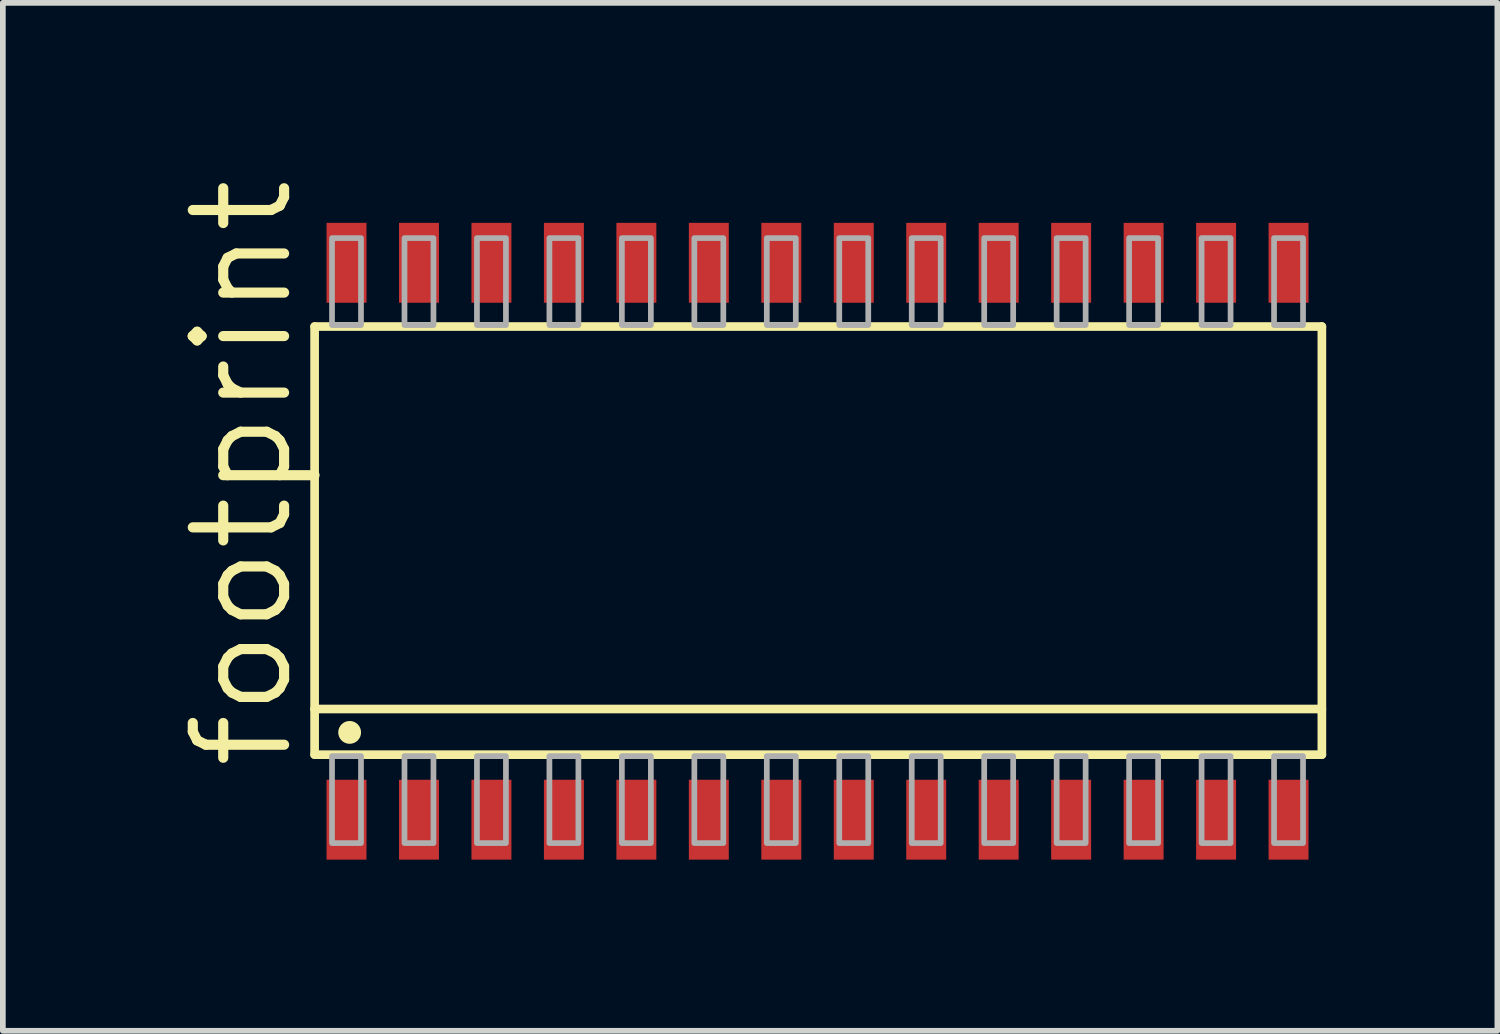
<source format=kicad_pcb>
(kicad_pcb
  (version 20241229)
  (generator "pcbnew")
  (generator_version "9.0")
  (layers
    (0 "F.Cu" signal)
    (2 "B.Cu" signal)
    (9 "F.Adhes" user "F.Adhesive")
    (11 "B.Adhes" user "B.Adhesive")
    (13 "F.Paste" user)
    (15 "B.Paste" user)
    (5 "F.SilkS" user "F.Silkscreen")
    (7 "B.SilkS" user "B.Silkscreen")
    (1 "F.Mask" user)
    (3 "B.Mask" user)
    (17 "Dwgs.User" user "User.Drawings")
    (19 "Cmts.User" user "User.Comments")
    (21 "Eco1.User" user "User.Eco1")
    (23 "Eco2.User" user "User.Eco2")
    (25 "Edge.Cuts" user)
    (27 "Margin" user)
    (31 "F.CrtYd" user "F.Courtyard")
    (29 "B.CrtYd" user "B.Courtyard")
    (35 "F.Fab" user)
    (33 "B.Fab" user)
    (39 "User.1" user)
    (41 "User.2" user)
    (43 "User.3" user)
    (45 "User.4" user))
  (footprint "footprint"
    (layer "F.Cu")
    (at 11.278 6.436)
    (property "Reference" "footprint" (at -9.144 4.064 90) (layer "F.SilkS") (effects (font (size 1.6 1.6) (thickness 0.178)) (justify left bottom)))
    (fp_line (start -8.814 -3.763) (end -8.814 2.94) (stroke (width 0.152) (type solid)) (layer "F.SilkS"))
    (fp_line (start -8.814 2.94) (end -8.814 3.74) (stroke (width 0.152) (type solid)) (layer "F.SilkS"))
    (fp_line (start -8.814 2.94) (end 8.839 2.94) (stroke (width 0.152) (type solid)) (layer "F.SilkS"))
    (fp_line (start -8.814 3.74) (end 8.839 3.74) (stroke (width 0.152) (type solid)) (layer "F.SilkS"))
    (fp_line (start 8.839 -3.763) (end -8.814 -3.763) (stroke (width 0.152) (type solid)) (layer "F.SilkS"))
    (fp_line (start 8.839 3.74) (end 8.839 -3.763) (stroke (width 0.152) (type solid)) (layer "F.SilkS"))
    (fp_circle (center -8.2 3.35) (end -8.1 3.35) (stroke (width 0.2) (type solid)) (fill yes) (layer "F.SilkS"))
    (fp_poly (pts (xy -8.509 -3.789) (xy -8.001 -3.789) (xy -8.001 -5.313) (xy -8.509 -5.313)) (stroke (width 0.1) (type solid)) (fill no) (layer "F.Fab"))
    (fp_poly (pts (xy -8.509 5.29) (xy -8.001 5.29) (xy -8.001 3.766) (xy -8.509 3.766)) (stroke (width 0.1) (type solid)) (fill no) (layer "F.Fab"))
    (fp_poly (pts (xy -7.239 -3.789) (xy -6.731 -3.789) (xy -6.731 -5.313) (xy -7.239 -5.313)) (stroke (width 0.1) (type solid)) (fill no) (layer "F.Fab"))
    (fp_poly (pts (xy -7.239 5.29) (xy -6.731 5.29) (xy -6.731 3.766) (xy -7.239 3.766)) (stroke (width 0.1) (type solid)) (fill no) (layer "F.Fab"))
    (fp_poly (pts (xy -5.969 -3.789) (xy -5.461 -3.789) (xy -5.461 -5.313) (xy -5.969 -5.313)) (stroke (width 0.1) (type solid)) (fill no) (layer "F.Fab"))
    (fp_poly (pts (xy -5.969 5.29) (xy -5.461 5.29) (xy -5.461 3.766) (xy -5.969 3.766)) (stroke (width 0.1) (type solid)) (fill no) (layer "F.Fab"))
    (fp_poly (pts (xy -4.699 -3.789) (xy -4.191 -3.789) (xy -4.191 -5.313) (xy -4.699 -5.313)) (stroke (width 0.1) (type solid)) (fill no) (layer "F.Fab"))
    (fp_poly (pts (xy -4.699 5.29) (xy -4.191 5.29) (xy -4.191 3.766) (xy -4.699 3.766)) (stroke (width 0.1) (type solid)) (fill no) (layer "F.Fab"))
    (fp_poly (pts (xy -3.429 -3.789) (xy -2.921 -3.789) (xy -2.921 -5.313) (xy -3.429 -5.313)) (stroke (width 0.1) (type solid)) (fill no) (layer "F.Fab"))
    (fp_poly (pts (xy -3.429 5.29) (xy -2.921 5.29) (xy -2.921 3.766) (xy -3.429 3.766)) (stroke (width 0.1) (type solid)) (fill no) (layer "F.Fab"))
    (fp_poly (pts (xy -2.159 -3.789) (xy -1.651 -3.789) (xy -1.651 -5.313) (xy -2.159 -5.313)) (stroke (width 0.1) (type solid)) (fill no) (layer "F.Fab"))
    (fp_poly (pts (xy -2.159 5.29) (xy -1.651 5.29) (xy -1.651 3.766) (xy -2.159 3.766)) (stroke (width 0.1) (type solid)) (fill no) (layer "F.Fab"))
    (fp_poly (pts (xy -0.889 -3.789) (xy -0.381 -3.789) (xy -0.381 -5.313) (xy -0.889 -5.313)) (stroke (width 0.1) (type solid)) (fill no) (layer "F.Fab"))
    (fp_poly (pts (xy -0.889 5.29) (xy -0.381 5.29) (xy -0.381 3.766) (xy -0.889 3.766)) (stroke (width 0.1) (type solid)) (fill no) (layer "F.Fab"))
    (fp_poly (pts (xy 0.381 -3.789) (xy 0.889 -3.789) (xy 0.889 -5.313) (xy 0.381 -5.313)) (stroke (width 0.1) (type solid)) (fill no) (layer "F.Fab"))
    (fp_poly (pts (xy 0.381 5.29) (xy 0.889 5.29) (xy 0.889 3.766) (xy 0.381 3.766)) (stroke (width 0.1) (type solid)) (fill no) (layer "F.Fab"))
    (fp_poly (pts (xy 1.651 -3.789) (xy 2.159 -3.789) (xy 2.159 -5.313) (xy 1.651 -5.313)) (stroke (width 0.1) (type solid)) (fill no) (layer "F.Fab"))
    (fp_poly (pts (xy 1.651 5.29) (xy 2.159 5.29) (xy 2.159 3.766) (xy 1.651 3.766)) (stroke (width 0.1) (type solid)) (fill no) (layer "F.Fab"))
    (fp_poly (pts (xy 2.921 -3.789) (xy 3.429 -3.789) (xy 3.429 -5.313) (xy 2.921 -5.313)) (stroke (width 0.1) (type solid)) (fill no) (layer "F.Fab"))
    (fp_poly (pts (xy 2.921 5.29) (xy 3.429 5.29) (xy 3.429 3.766) (xy 2.921 3.766)) (stroke (width 0.1) (type solid)) (fill no) (layer "F.Fab"))
    (fp_poly (pts (xy 4.191 -3.789) (xy 4.699 -3.789) (xy 4.699 -5.313) (xy 4.191 -5.313)) (stroke (width 0.1) (type solid)) (fill no) (layer "F.Fab"))
    (fp_poly (pts (xy 4.191 5.29) (xy 4.699 5.29) (xy 4.699 3.766) (xy 4.191 3.766)) (stroke (width 0.1) (type solid)) (fill no) (layer "F.Fab"))
    (fp_poly (pts (xy 5.461 -3.789) (xy 5.969 -3.789) (xy 5.969 -5.313) (xy 5.461 -5.313)) (stroke (width 0.1) (type solid)) (fill no) (layer "F.Fab"))
    (fp_poly (pts (xy 5.461 5.29) (xy 5.969 5.29) (xy 5.969 3.766) (xy 5.461 3.766)) (stroke (width 0.1) (type solid)) (fill no) (layer "F.Fab"))
    (fp_poly (pts (xy 6.731 -3.789) (xy 7.239 -3.789) (xy 7.239 -5.313) (xy 6.731 -5.313)) (stroke (width 0.1) (type solid)) (fill no) (layer "F.Fab"))
    (fp_poly (pts (xy 6.731 5.29) (xy 7.239 5.29) (xy 7.239 3.766) (xy 6.731 3.766)) (stroke (width 0.1) (type solid)) (fill no) (layer "F.Fab"))
    (fp_poly (pts (xy 8.001 -3.789) (xy 8.509 -3.789) (xy 8.509 -5.313) (xy 8.001 -5.313)) (stroke (width 0.1) (type solid)) (fill no) (layer "F.Fab"))
    (fp_poly (pts (xy 8.001 5.29) (xy 8.509 5.29) (xy 8.509 3.766) (xy 8.001 3.766)) (stroke (width 0.1) (type solid)) (fill no) (layer "F.Fab"))
    (pad "1" smd rect (at -8.255 4.88) (size 0.7 1.4) (layers "F.Cu" "F.Mask" "F.Paste"))
    (pad "2" smd rect (at -6.985 4.88) (size 0.7 1.4) (layers "F.Cu" "F.Mask" "F.Paste"))
    (pad "3" smd rect (at -5.715 4.88) (size 0.7 1.4) (layers "F.Cu" "F.Mask" "F.Paste"))
    (pad "4" smd rect (at -4.445 4.88) (size 0.7 1.4) (layers "F.Cu" "F.Mask" "F.Paste"))
    (pad "5" smd rect (at -3.175 4.88) (size 0.7 1.4) (layers "F.Cu" "F.Mask" "F.Paste"))
    (pad "6" smd rect (at -1.905 4.88) (size 0.7 1.4) (layers "F.Cu" "F.Mask" "F.Paste"))
    (pad "7" smd rect (at -0.635 4.88) (size 0.7 1.4) (layers "F.Cu" "F.Mask" "F.Paste"))
    (pad "8" smd rect (at 0.635 4.88) (size 0.7 1.4) (layers "F.Cu" "F.Mask" "F.Paste"))
    (pad "9" smd rect (at 1.905 4.88) (size 0.7 1.4) (layers "F.Cu" "F.Mask" "F.Paste"))
    (pad "10" smd rect (at 3.175 4.88) (size 0.7 1.4) (layers "F.Cu" "F.Mask" "F.Paste"))
    (pad "11" smd rect (at 4.445 4.88) (size 0.7 1.4) (layers "F.Cu" "F.Mask" "F.Paste"))
    (pad "12" smd rect (at 5.715 4.88) (size 0.7 1.4) (layers "F.Cu" "F.Mask" "F.Paste"))
    (pad "13" smd rect (at 6.985 4.88) (size 0.7 1.4) (layers "F.Cu" "F.Mask" "F.Paste"))
    (pad "14" smd rect (at 8.255 4.88) (size 0.7 1.4) (layers "F.Cu" "F.Mask" "F.Paste"))
    (pad "15" smd rect (at 8.255 -4.88) (size 0.7 1.4) (layers "F.Cu" "F.Mask" "F.Paste"))
    (pad "16" smd rect (at 6.985 -4.88) (size 0.7 1.4) (layers "F.Cu" "F.Mask" "F.Paste"))
    (pad "17" smd rect (at 5.715 -4.88) (size 0.7 1.4) (layers "F.Cu" "F.Mask" "F.Paste"))
    (pad "18" smd rect (at 4.445 -4.88) (size 0.7 1.4) (layers "F.Cu" "F.Mask" "F.Paste"))
    (pad "19" smd rect (at 3.175 -4.88) (size 0.7 1.4) (layers "F.Cu" "F.Mask" "F.Paste"))
    (pad "20" smd rect (at 1.905 -4.88) (size 0.7 1.4) (layers "F.Cu" "F.Mask" "F.Paste"))
    (pad "21" smd rect (at 0.635 -4.88) (size 0.7 1.4) (layers "F.Cu" "F.Mask" "F.Paste"))
    (pad "22" smd rect (at -0.635 -4.88) (size 0.7 1.4) (layers "F.Cu" "F.Mask" "F.Paste"))
    (pad "23" smd rect (at -1.905 -4.88) (size 0.7 1.4) (layers "F.Cu" "F.Mask" "F.Paste"))
    (pad "24" smd rect (at -3.175 -4.88) (size 0.7 1.4) (layers "F.Cu" "F.Mask" "F.Paste"))
    (pad "25" smd rect (at -4.445 -4.88) (size 0.7 1.4) (layers "F.Cu" "F.Mask" "F.Paste"))
    (pad "26" smd rect (at -5.715 -4.88) (size 0.7 1.4) (layers "F.Cu" "F.Mask" "F.Paste"))
    (pad "27" smd rect (at -6.985 -4.88) (size 0.7 1.4) (layers "F.Cu" "F.Mask" "F.Paste"))
    (pad "28" smd rect (at -8.255 -4.88) (size 0.7 1.4) (layers "F.Cu" "F.Mask" "F.Paste")))
  (gr_rect
    (start -3 -3)
    (end 23.193 15.016)
    (stroke (width 0.1) (type default))
    (fill no)
    (layer "Edge.Cuts")))
</source>
